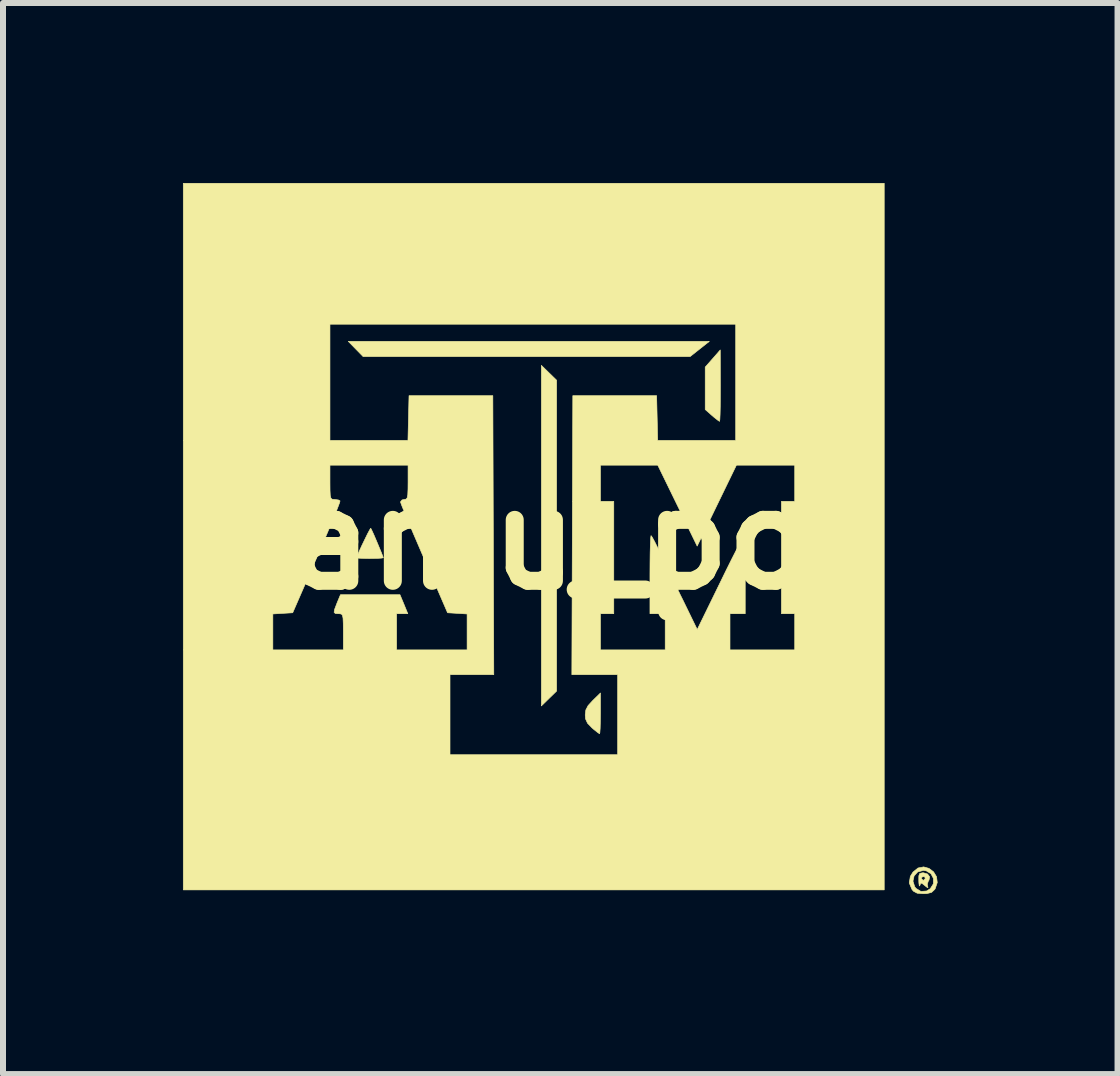
<source format=kicad_pcb>
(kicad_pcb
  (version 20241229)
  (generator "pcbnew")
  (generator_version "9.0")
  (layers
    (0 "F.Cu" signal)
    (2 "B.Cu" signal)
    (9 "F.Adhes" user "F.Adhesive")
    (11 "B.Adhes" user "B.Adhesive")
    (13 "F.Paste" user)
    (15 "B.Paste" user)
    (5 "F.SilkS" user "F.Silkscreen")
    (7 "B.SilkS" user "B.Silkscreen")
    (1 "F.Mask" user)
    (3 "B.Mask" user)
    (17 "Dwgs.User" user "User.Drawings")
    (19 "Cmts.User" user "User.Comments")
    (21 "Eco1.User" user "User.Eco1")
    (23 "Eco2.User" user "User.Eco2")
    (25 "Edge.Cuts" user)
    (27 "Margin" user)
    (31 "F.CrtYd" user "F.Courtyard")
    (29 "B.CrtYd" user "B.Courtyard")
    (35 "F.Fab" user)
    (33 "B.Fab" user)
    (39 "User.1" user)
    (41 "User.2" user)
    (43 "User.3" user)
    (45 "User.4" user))
  (footprint "tamu_pos"
    (layer "F.Cu")
    (at 6.292 5.942)
    (property "Reference" "tamu_pos" (at 0 0 0) (layer "F.SilkS") (effects (font (size 1.524 1.524) (thickness 0.3))))
    (attr through_hole)
    (fp_poly (pts (xy 2.161 -3.048) (xy -3.289 -3.048) (xy -3.413 -3.175) (xy -3.537 -3.302) (xy 2.482 -3.302) (xy 2.161 -3.048)) (stroke (width 0.01) (type solid)) (fill yes) (layer "F.SilkS"))
    (fp_poly (pts (xy -0.191 -2.778) (xy -0.064 -2.654) (xy -0.064 2.527) (xy -0.191 2.651) (xy -0.318 2.775) (xy -0.318 -2.902) (xy -0.191 -2.778)) (stroke (width 0.01) (type solid)) (fill yes) (layer "F.SilkS"))
    (fp_poly (pts (xy 2.666 -2.564) (xy 2.665 -2.377) (xy 2.664 -2.215) (xy 2.661 -2.086) (xy 2.657 -2) (xy 2.652 -1.969) (xy 2.652 -1.968) (xy 2.622 -1.988) (xy 2.561 -2.036) (xy 2.525 -2.067) (xy 2.413 -2.166) (xy 2.413 -2.519) (xy 2.413 -2.873) (xy 2.539 -3.016) (xy 2.664 -3.159) (xy 2.666 -2.564)) (stroke (width 0.01) (type solid)) (fill yes) (layer "F.SilkS"))
    (fp_poly (pts (xy 0.667 2.899) (xy 0.665 3.037) (xy 0.662 3.148) (xy 0.657 3.219) (xy 0.652 3.239) (xy 0.622 3.219) (xy 0.561 3.171) (xy 0.525 3.14) (xy 0.451 3.063) (xy 0.418 2.99) (xy 0.413 2.924) (xy 0.423 2.842) (xy 0.461 2.769) (xy 0.539 2.684) (xy 0.54 2.683) (xy 0.667 2.559) (xy 0.667 2.899)) (stroke (width 0.01) (type solid)) (fill yes) (layer "F.SilkS"))
    (fp_poly (pts (xy -3.162 -0.187) (xy -3.145 -0.154) (xy -3.111 -0.08) (xy -3.069 0.018) (xy -3.025 0.123) (xy -2.986 0.217) (xy -2.96 0.284) (xy -2.953 0.305) (xy -2.982 0.311) (xy -3.058 0.316) (xy -3.166 0.317) (xy -3.175 0.318) (xy -3.285 0.316) (xy -3.364 0.312) (xy -3.397 0.306) (xy -3.397 0.306) (xy -3.385 0.269) (xy -3.353 0.194) (xy -3.309 0.098) (xy -3.26 -0.003) (xy -3.215 -0.095) (xy -3.179 -0.162) (xy -3.162 -0.187) (xy -3.162 -0.187)) (stroke (width 0.01) (type solid)) (fill yes) (layer "F.SilkS"))
    (fp_poly (pts (xy 6.119 5.576) (xy 6.154 5.624) (xy 6.143 5.68) (xy 6.134 5.689) (xy 6.115 5.745) (xy 6.12 5.774) (xy 6.126 5.805) (xy 6.102 5.793) (xy 6.072 5.768) (xy 6.024 5.73) (xy 6.003 5.734) (xy 5.991 5.768) (xy 5.982 5.776) (xy 5.975 5.731) (xy 5.973 5.691) (xy 5.973 5.635) (xy 6.014 5.635) (xy 6.017 5.652) (xy 6.044 5.682) (xy 6.048 5.683) (xy 6.074 5.661) (xy 6.08 5.652) (xy 6.073 5.625) (xy 6.048 5.62) (xy 6.014 5.635) (xy 5.973 5.635) (xy 5.974 5.606) (xy 5.99 5.567) (xy 6.032 5.557) (xy 6.049 5.556) (xy 6.119 5.576)) (stroke (width 0.01) (type solid)) (fill yes) (layer "F.SilkS"))
    (fp_poly (pts (xy 6.143 5.483) (xy 6.219 5.54) (xy 6.269 5.622) (xy 6.281 5.719) (xy 6.246 5.822) (xy 6.237 5.835) (xy 6.186 5.883) (xy 6.108 5.903) (xy 6.048 5.905) (xy 5.947 5.897) (xy 5.885 5.864) (xy 5.86 5.835) (xy 5.814 5.726) (xy 5.819 5.696) (xy 5.876 5.696) (xy 5.905 5.788) (xy 5.926 5.816) (xy 6.009 5.867) (xy 6.103 5.86) (xy 6.165 5.821) (xy 6.216 5.74) (xy 6.217 5.65) (xy 6.176 5.572) (xy 6.098 5.524) (xy 6.048 5.517) (xy 5.955 5.542) (xy 5.895 5.608) (xy 5.876 5.696) (xy 5.819 5.696) (xy 5.832 5.616) (xy 5.876 5.545) (xy 5.961 5.476) (xy 6.054 5.458) (xy 6.143 5.483)) (stroke (width 0.01) (type solid)) (fill yes) (layer "F.SilkS"))
    (fp_poly (pts (xy 5.397 5.842) (xy -6.287 5.842) (xy -6.287 1.242) (xy -4.794 1.242) (xy -4.794 1.841) (xy -3.619 1.841) (xy -3.619 1.54) (xy -3.62 1.4) (xy -3.624 1.312) (xy -3.634 1.264) (xy -3.653 1.243) (xy -3.685 1.238) (xy -3.699 1.238) (xy -3.751 1.235) (xy -3.773 1.215) (xy -3.765 1.166) (xy -3.73 1.074) (xy -3.723 1.056) (xy -3.667 0.921) (xy -2.675 0.921) (xy -2.609 1.079) (xy -2.544 1.238) (xy -2.731 1.238) (xy -2.731 1.841) (xy -1.556 1.841) (xy -1.556 1.242) (xy -1.719 1.232) (xy -1.882 1.222) (xy -2.273 0.318) (xy -2.37 0.092) (xy -2.459 -0.115) (xy -2.535 -0.297) (xy -2.597 -0.446) (xy -2.641 -0.555) (xy -2.664 -0.617) (xy -2.666 -0.627) (xy -2.64 -0.659) (xy -2.603 -0.667) (xy -2.573 -0.672) (xy -2.555 -0.694) (xy -2.545 -0.746) (xy -2.541 -0.84) (xy -2.54 -0.953) (xy -2.54 -1.238) (xy -3.842 -1.238) (xy -3.842 -0.953) (xy -3.841 -0.817) (xy -3.837 -0.733) (xy -3.826 -0.688) (xy -3.804 -0.67) (xy -3.77 -0.667) (xy -3.764 -0.667) (xy -3.7 -0.658) (xy -3.674 -0.643) (xy -3.683 -0.609) (xy -3.715 -0.524) (xy -3.766 -0.396) (xy -3.835 -0.23) (xy -3.917 -0.035) (xy -4.01 0.182) (xy -4.062 0.302) (xy -4.463 1.222) (xy -4.629 1.232) (xy -4.794 1.242) (xy -6.287 1.242) (xy -6.287 -3.588) (xy -3.842 -3.588) (xy -3.842 -1.651) (xy -2.542 -1.651) (xy -2.533 -2.024) (xy -2.524 -2.397) (xy -1.127 -2.397) (xy -1.119 -0.071) (xy -1.111 2.254) (xy -1.841 2.254) (xy -1.841 3.588) (xy 0.953 3.588) (xy 0.953 2.254) (xy 0.19 2.254) (xy 0.198 -0.071) (xy 0.202 -1.238) (xy 0.667 -1.238) (xy 0.667 -0.635) (xy 0.889 -0.635) (xy 0.889 1.238) (xy 0.667 1.238) (xy 0.667 1.841) (xy 1.746 1.841) (xy 1.746 1.238) (xy 1.492 1.238) (xy 1.492 0.587) (xy 1.493 0.392) (xy 1.495 0.22) (xy 1.499 0.081) (xy 1.503 -0.016) (xy 1.509 -0.061) (xy 1.51 -0.064) (xy 1.53 -0.037) (xy 1.57 0.036) (xy 1.623 0.142) (xy 1.665 0.23) (xy 1.729 0.364) (xy 1.811 0.536) (xy 1.904 0.729) (xy 1.998 0.924) (xy 2.042 1.012) (xy 2.28 1.501) (xy 2.662 0.719) (xy 2.762 0.514) (xy 2.854 0.329) (xy 2.934 0.172) (xy 2.997 0.049) (xy 3.041 -0.032) (xy 3.061 -0.063) (xy 3.061 -0.064) (xy 3.067 -0.033) (xy 3.072 0.051) (xy 3.076 0.18) (xy 3.078 0.344) (xy 3.08 0.535) (xy 3.08 0.587) (xy 3.08 1.238) (xy 2.826 1.238) (xy 2.826 1.841) (xy 3.905 1.841) (xy 3.905 1.238) (xy 3.683 1.238) (xy 3.683 -0.635) (xy 3.905 -0.635) (xy 3.905 -1.238) (xy 2.933 -1.238) (xy 2.606 -0.564) (xy 2.279 0.111) (xy 1.951 -0.564) (xy 1.622 -1.238) (xy 0.667 -1.238) (xy 0.202 -1.238) (xy 0.206 -2.397) (xy 1.603 -2.397) (xy 1.621 -1.651) (xy 2.271 -1.651) (xy 2.921 -1.651) (xy 2.921 -3.588) (xy -3.842 -3.588) (xy -6.287 -3.588) (xy -6.287 -5.937) (xy 5.397 -5.937) (xy 5.397 5.842)) (stroke (width 0.01) (type solid)) (fill yes) (layer "F.SilkS")))
  (gr_rect
    (start -3 -3)
    (end 15.578 14.853)
    (stroke (width 0.1) (type default))
    (fill no)
    (layer "Edge.Cuts")))
</source>
